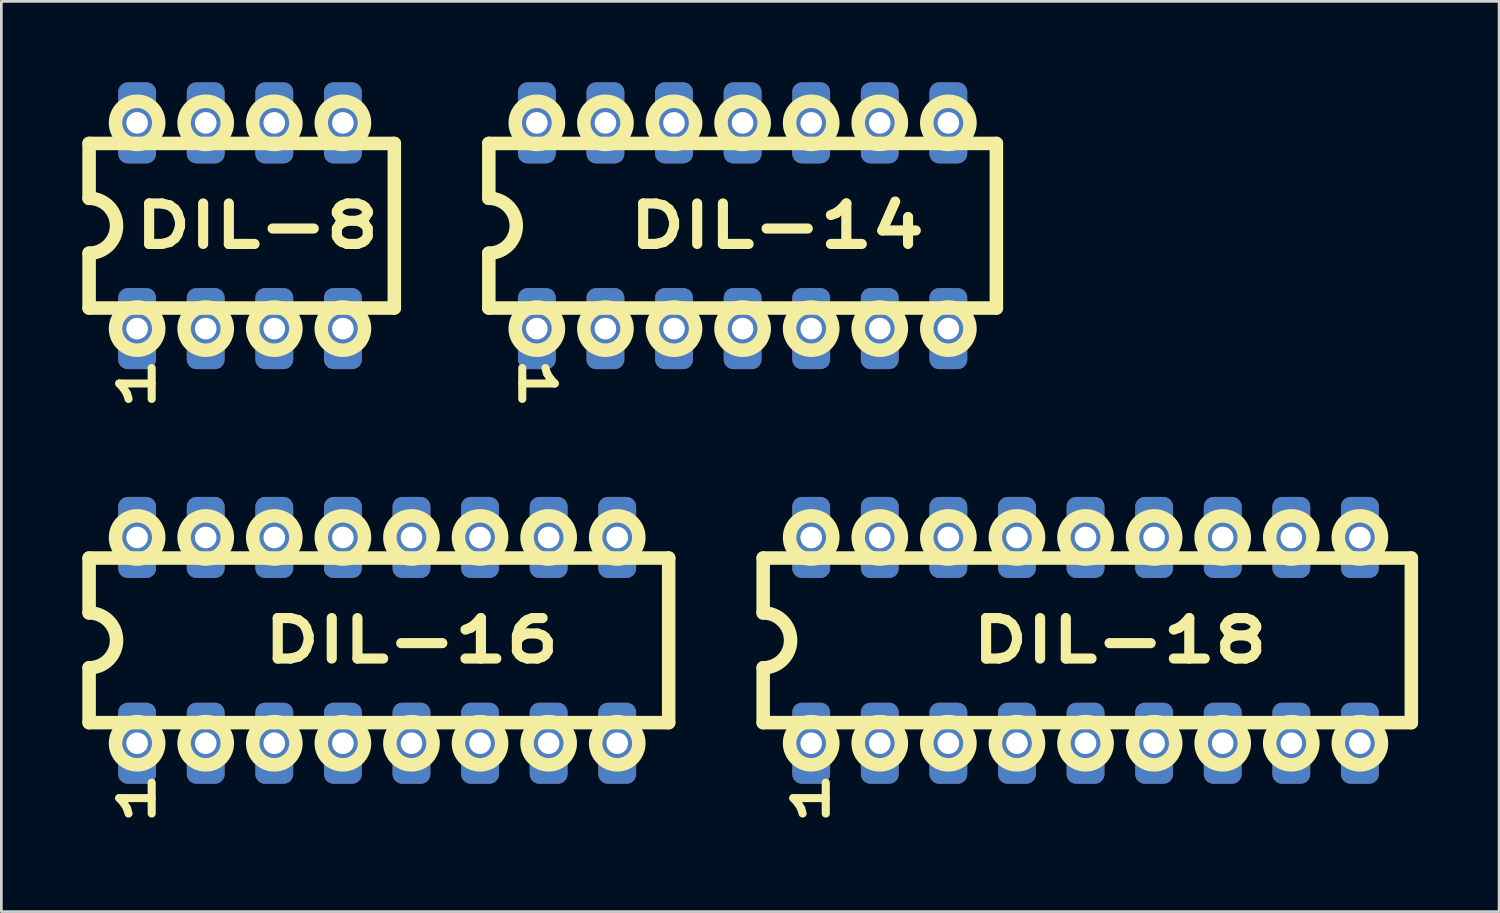
<source format=kicad_pcb>
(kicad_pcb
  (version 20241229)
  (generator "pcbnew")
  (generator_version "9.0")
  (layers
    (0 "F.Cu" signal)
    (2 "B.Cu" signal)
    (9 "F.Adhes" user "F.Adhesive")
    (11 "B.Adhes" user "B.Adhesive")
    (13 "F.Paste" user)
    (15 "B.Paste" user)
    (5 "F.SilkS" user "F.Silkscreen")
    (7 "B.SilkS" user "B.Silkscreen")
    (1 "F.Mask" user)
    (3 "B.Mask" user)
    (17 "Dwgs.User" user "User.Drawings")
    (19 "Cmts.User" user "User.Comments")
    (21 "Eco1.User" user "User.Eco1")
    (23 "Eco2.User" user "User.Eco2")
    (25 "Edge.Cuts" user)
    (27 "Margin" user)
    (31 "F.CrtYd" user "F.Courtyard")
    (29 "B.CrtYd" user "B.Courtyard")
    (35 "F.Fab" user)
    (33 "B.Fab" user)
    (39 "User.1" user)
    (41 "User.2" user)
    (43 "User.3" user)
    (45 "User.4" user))
  (footprint "DIL-8"
    (layer "F.Cu")
    (at 9.648 5.31)
    (property "Reference" "DIL-8" (at -3.175 0 0) (layer "F.SilkS") (effects (font (size 1.5 2) (thickness 0.375))))
    (attr through_hole)
    (fp_line (start -9.398 -3.048) (end 1.905 -3.048) (stroke (width 0.5) (type solid)) (layer "F.SilkS"))
    (fp_line (start -9.398 -1.016) (end -9.398 -3.048) (stroke (width 0.5) (type solid)) (layer "F.SilkS"))
    (fp_line (start -9.398 1.016) (end -9.398 3.048) (stroke (width 0.5) (type solid)) (layer "F.SilkS"))
    (fp_line (start 1.905 -3.048) (end 1.905 3.048) (stroke (width 0.5) (type solid)) (layer "F.SilkS"))
    (fp_line (start 1.905 3.048) (end -9.398 3.048) (stroke (width 0.5) (type solid)) (layer "F.SilkS"))
    (fp_arc (start -9.398 -1.016) (mid -8.382 0) (end -9.398 1.016) (stroke (width 0.5) (type solid)) (layer "F.SilkS"))
    (fp_circle (center -7.62 -3.81) (end -6.82 -3.81) (stroke (width 0.5) (type solid)) (fill no) (layer "F.SilkS"))
    (fp_circle (center -7.62 3.81) (end -6.82 3.81) (stroke (width 0.5) (type solid)) (fill no) (layer "F.SilkS"))
    (fp_circle (center -5.08 -3.81) (end -4.28 -3.81) (stroke (width 0.5) (type solid)) (fill no) (layer "F.SilkS"))
    (fp_circle (center -5.08 3.81) (end -4.28 3.81) (stroke (width 0.5) (type solid)) (fill no) (layer "F.SilkS"))
    (fp_circle (center -2.54 -3.81) (end -1.74 -3.81) (stroke (width 0.5) (type solid)) (fill no) (layer "F.SilkS"))
    (fp_circle (center -2.54 3.81) (end -1.74 3.81) (stroke (width 0.5) (type solid)) (fill no) (layer "F.SilkS"))
    (fp_circle (center 0 -3.81) (end 0.8 -3.81) (stroke (width 0.5) (type solid)) (fill no) (layer "F.SilkS"))
    (fp_circle (center 0 3.81) (end 0.8 3.81) (stroke (width 0.5) (type solid)) (fill no) (layer "F.SilkS"))
    (fp_text user "1" (at -7.62 5.842 90) (unlocked yes) (layer "F.SilkS") (effects (font (size 1.2 2) (thickness 0.3))))
    (pad "1" thru_hole roundrect (at -7.62 3.81) (size 1.4 3) (drill 0.8) (layers "*.Cu" "*.Mask") (roundrect_rratio 0.25))
    (pad "2" thru_hole roundrect (at -5.08 3.81) (size 1.4 3) (drill 0.8) (layers "*.Cu" "*.Mask") (roundrect_rratio 0.25))
    (pad "3" thru_hole roundrect (at -2.54 3.81) (size 1.4 3) (drill 0.8) (layers "*.Cu" "*.Mask") (roundrect_rratio 0.25))
    (pad "4" thru_hole roundrect (at 0 3.81) (size 1.4 3) (drill 0.8) (layers "*.Cu" "*.Mask") (roundrect_rratio 0.25))
    (pad "5" thru_hole roundrect (at 0 -3.81) (size 1.4 3) (drill 0.8) (layers "*.Cu" "*.Mask") (roundrect_rratio 0.25))
    (pad "6" thru_hole roundrect (at -2.54 -3.81) (size 1.4 3) (drill 0.8) (layers "*.Cu" "*.Mask") (roundrect_rratio 0.25))
    (pad "7" thru_hole roundrect (at -5.08 -3.81) (size 1.4 3) (drill 0.8) (layers "*.Cu" "*.Mask") (roundrect_rratio 0.25))
    (pad "8" thru_hole roundrect (at -7.62 -3.81) (size 1.4 3) (drill 0.8) (layers "*.Cu" "*.Mask") (roundrect_rratio 0.25)))
  (footprint "DIL-14"
    (layer "F.Cu")
    (at 24.451 5.31)
    (property "Reference" "DIL-14" (at 1.27 0 0) (layer "F.SilkS") (effects (font (size 1.5 2) (thickness 0.375))))
    (attr through_hole)
    (fp_line (start -9.398 -3.048) (end 9.398 -3.048) (stroke (width 0.5) (type solid)) (layer "F.SilkS"))
    (fp_line (start -9.398 -1.016) (end -9.398 -3.048) (stroke (width 0.5) (type solid)) (layer "F.SilkS"))
    (fp_line (start -9.398 1.016) (end -9.398 3.048) (stroke (width 0.5) (type solid)) (layer "F.SilkS"))
    (fp_line (start 9.398 -3.048) (end 9.398 3.048) (stroke (width 0.5) (type solid)) (layer "F.SilkS"))
    (fp_line (start 9.398 3.048) (end -9.398 3.048) (stroke (width 0.5) (type solid)) (layer "F.SilkS"))
    (fp_arc (start -9.398 -1.016) (mid -8.382 0) (end -9.398 1.016) (stroke (width 0.5) (type solid)) (layer "F.SilkS"))
    (fp_circle (center -7.62 -3.81) (end -6.82 -3.81) (stroke (width 0.5) (type solid)) (fill no) (layer "F.SilkS"))
    (fp_circle (center -7.62 3.81) (end -6.82 3.81) (stroke (width 0.5) (type solid)) (fill no) (layer "F.SilkS"))
    (fp_circle (center -5.08 -3.81) (end -4.28 -3.81) (stroke (width 0.5) (type solid)) (fill no) (layer "F.SilkS"))
    (fp_circle (center -5.08 3.81) (end -4.28 3.81) (stroke (width 0.5) (type solid)) (fill no) (layer "F.SilkS"))
    (fp_circle (center -2.54 -3.81) (end -1.74 -3.81) (stroke (width 0.5) (type solid)) (fill no) (layer "F.SilkS"))
    (fp_circle (center -2.54 3.81) (end -1.74 3.81) (stroke (width 0.5) (type solid)) (fill no) (layer "F.SilkS"))
    (fp_circle (center 0 -3.81) (end 0.8 -3.81) (stroke (width 0.5) (type solid)) (fill no) (layer "F.SilkS"))
    (fp_circle (center 0 3.81) (end 0.8 3.81) (stroke (width 0.5) (type solid)) (fill no) (layer "F.SilkS"))
    (fp_circle (center 2.54 -3.81) (end 3.34 -3.81) (stroke (width 0.5) (type solid)) (fill no) (layer "F.SilkS"))
    (fp_circle (center 2.54 3.81) (end 3.34 3.81) (stroke (width 0.5) (type solid)) (fill no) (layer "F.SilkS"))
    (fp_circle (center 5.08 -3.81) (end 5.88 -3.81) (stroke (width 0.5) (type solid)) (fill no) (layer "F.SilkS"))
    (fp_circle (center 5.08 3.81) (end 5.88 3.81) (stroke (width 0.5) (type solid)) (fill no) (layer "F.SilkS"))
    (fp_circle (center 7.62 -3.81) (end 8.42 -3.81) (stroke (width 0.5) (type solid)) (fill no) (layer "F.SilkS"))
    (fp_circle (center 7.62 3.81) (end 8.42 3.81) (stroke (width 0.5) (type solid)) (fill no) (layer "F.SilkS"))
    (fp_text user "1" (at -7.62 5.842 270) (unlocked yes) (layer "F.SilkS") (effects (font (size 1.2 2) (thickness 0.3))))
    (pad "1" thru_hole roundrect (at -7.62 3.81) (size 1.4 3) (drill 0.8) (layers "*.Cu" "*.Mask") (roundrect_rratio 0.25))
    (pad "2" thru_hole roundrect (at -5.08 3.81) (size 1.4 3) (drill 0.8) (layers "*.Cu" "*.Mask") (roundrect_rratio 0.25))
    (pad "3" thru_hole roundrect (at -2.54 3.81) (size 1.4 3) (drill 0.8) (layers "*.Cu" "*.Mask") (roundrect_rratio 0.25))
    (pad "4" thru_hole roundrect (at 0 3.81) (size 1.4 3) (drill 0.8) (layers "*.Cu" "*.Mask") (roundrect_rratio 0.25))
    (pad "5" thru_hole roundrect (at 2.54 3.81) (size 1.4 3) (drill 0.8) (layers "*.Cu" "*.Mask") (roundrect_rratio 0.25))
    (pad "6" thru_hole roundrect (at 5.08 3.81) (size 1.4 3) (drill 0.8) (layers "*.Cu" "*.Mask") (roundrect_rratio 0.25))
    (pad "7" thru_hole roundrect (at 7.62 3.81) (size 1.4 3) (drill 0.8) (layers "*.Cu" "*.Mask") (roundrect_rratio 0.25))
    (pad "8" thru_hole roundrect (at 7.62 -3.81) (size 1.4 3) (drill 0.8) (layers "*.Cu" "*.Mask") (roundrect_rratio 0.25))
    (pad "9" thru_hole roundrect (at 5.08 -3.81) (size 1.4 3) (drill 0.8) (layers "*.Cu" "*.Mask") (roundrect_rratio 0.25))
    (pad "10" thru_hole roundrect (at 2.54 -3.81) (size 1.4 3) (drill 0.8) (layers "*.Cu" "*.Mask") (roundrect_rratio 0.25))
    (pad "11" thru_hole roundrect (at 0 -3.81) (size 1.4 3) (drill 0.8) (layers "*.Cu" "*.Mask") (roundrect_rratio 0.25))
    (pad "12" thru_hole roundrect (at -2.54 -3.81) (size 1.4 3) (drill 0.8) (layers "*.Cu" "*.Mask") (roundrect_rratio 0.25))
    (pad "13" thru_hole roundrect (at -5.08 -3.81) (size 1.4 3) (drill 0.8) (layers "*.Cu" "*.Mask") (roundrect_rratio 0.25))
    (pad "14" thru_hole roundrect (at -7.62 -3.81) (size 1.4 3) (drill 0.8) (layers "*.Cu" "*.Mask") (roundrect_rratio 0.25)))
  (footprint "DIL-18"
    (layer "F.Cu")
    (at 37.151 20.664)
    (property "Reference" "DIL-18" (at 1.27 0 0) (layer "F.SilkS") (effects (font (size 1.5 2) (thickness 0.375))))
    (attr through_hole)
    (fp_line (start -11.938 -3.048) (end 12.065 -3.048) (stroke (width 0.5) (type solid)) (layer "F.SilkS"))
    (fp_line (start -11.938 -1.016) (end -11.938 -3.048) (stroke (width 0.5) (type solid)) (layer "F.SilkS"))
    (fp_line (start -11.938 1.016) (end -11.938 3.048) (stroke (width 0.5) (type solid)) (layer "F.SilkS"))
    (fp_line (start 12.065 -3.048) (end 12.065 3.048) (stroke (width 0.5) (type solid)) (layer "F.SilkS"))
    (fp_line (start 12.065 3.048) (end -11.938 3.048) (stroke (width 0.5) (type solid)) (layer "F.SilkS"))
    (fp_arc (start -11.938 -1.016) (mid -10.922 0) (end -11.938 1.016) (stroke (width 0.5) (type solid)) (layer "F.SilkS"))
    (fp_circle (center -10.16 -3.81) (end -9.36 -3.81) (stroke (width 0.5) (type solid)) (fill no) (layer "F.SilkS"))
    (fp_circle (center -10.16 3.81) (end -9.36 3.81) (stroke (width 0.5) (type solid)) (fill no) (layer "F.SilkS"))
    (fp_circle (center -7.62 -3.81) (end -6.82 -3.81) (stroke (width 0.5) (type solid)) (fill no) (layer "F.SilkS"))
    (fp_circle (center -7.62 3.81) (end -6.82 3.81) (stroke (width 0.5) (type solid)) (fill no) (layer "F.SilkS"))
    (fp_circle (center -5.08 -3.81) (end -4.28 -3.81) (stroke (width 0.5) (type solid)) (fill no) (layer "F.SilkS"))
    (fp_circle (center -5.08 3.81) (end -4.28 3.81) (stroke (width 0.5) (type solid)) (fill no) (layer "F.SilkS"))
    (fp_circle (center -2.54 -3.81) (end -1.74 -3.81) (stroke (width 0.5) (type solid)) (fill no) (layer "F.SilkS"))
    (fp_circle (center -2.54 3.81) (end -1.74 3.81) (stroke (width 0.5) (type solid)) (fill no) (layer "F.SilkS"))
    (fp_circle (center 0 -3.81) (end 0.8 -3.81) (stroke (width 0.5) (type solid)) (fill no) (layer "F.SilkS"))
    (fp_circle (center 0 3.81) (end 0.8 3.81) (stroke (width 0.5) (type solid)) (fill no) (layer "F.SilkS"))
    (fp_circle (center 2.54 -3.81) (end 3.34 -3.81) (stroke (width 0.5) (type solid)) (fill no) (layer "F.SilkS"))
    (fp_circle (center 2.54 3.81) (end 3.34 3.81) (stroke (width 0.5) (type solid)) (fill no) (layer "F.SilkS"))
    (fp_circle (center 5.08 -3.81) (end 5.88 -3.81) (stroke (width 0.5) (type solid)) (fill no) (layer "F.SilkS"))
    (fp_circle (center 5.08 3.81) (end 5.88 3.81) (stroke (width 0.5) (type solid)) (fill no) (layer "F.SilkS"))
    (fp_circle (center 7.62 -3.81) (end 8.42 -3.81) (stroke (width 0.5) (type solid)) (fill no) (layer "F.SilkS"))
    (fp_circle (center 7.62 3.81) (end 8.42 3.81) (stroke (width 0.5) (type solid)) (fill no) (layer "F.SilkS"))
    (fp_circle (center 10.16 -3.81) (end 10.96 -3.81) (stroke (width 0.5) (type solid)) (fill no) (layer "F.SilkS"))
    (fp_circle (center 10.16 3.81) (end 10.96 3.81) (stroke (width 0.5) (type solid)) (fill no) (layer "F.SilkS"))
    (fp_text user "1" (at -10.16 5.842 90) (unlocked yes) (layer "F.SilkS") (effects (font (size 1.2 2) (thickness 0.3))))
    (pad "1" thru_hole roundrect (at -10.16 3.81) (size 1.4 3) (drill 0.8) (layers "*.Cu" "*.Mask") (roundrect_rratio 0.25))
    (pad "2" thru_hole roundrect (at -7.62 3.81) (size 1.4 3) (drill 0.8) (layers "*.Cu" "*.Mask") (roundrect_rratio 0.25))
    (pad "3" thru_hole roundrect (at -5.08 3.81) (size 1.4 3) (drill 0.8) (layers "*.Cu" "*.Mask") (roundrect_rratio 0.25))
    (pad "4" thru_hole roundrect (at -2.54 3.81) (size 1.4 3) (drill 0.8) (layers "*.Cu" "*.Mask") (roundrect_rratio 0.25))
    (pad "5" thru_hole roundrect (at 0 3.81) (size 1.4 3) (drill 0.8) (layers "*.Cu" "*.Mask") (roundrect_rratio 0.25))
    (pad "6" thru_hole roundrect (at 2.54 3.81) (size 1.4 3) (drill 0.8) (layers "*.Cu" "*.Mask") (roundrect_rratio 0.25))
    (pad "7" thru_hole roundrect (at 5.08 3.81) (size 1.4 3) (drill 0.8) (layers "*.Cu" "*.Mask") (roundrect_rratio 0.25))
    (pad "8" thru_hole roundrect (at 7.62 3.81) (size 1.4 3) (drill 0.8) (layers "*.Cu" "*.Mask") (roundrect_rratio 0.25))
    (pad "9" thru_hole roundrect (at 10.16 3.81) (size 1.4 3) (drill 0.8) (layers "*.Cu" "*.Mask") (roundrect_rratio 0.25))
    (pad "10" thru_hole roundrect (at 10.16 -3.81) (size 1.4 3) (drill 0.8) (layers "*.Cu" "*.Mask") (roundrect_rratio 0.25))
    (pad "11" thru_hole roundrect (at 7.62 -3.81) (size 1.4 3) (drill 0.8) (layers "*.Cu" "*.Mask") (roundrect_rratio 0.25))
    (pad "12" thru_hole roundrect (at 5.08 -3.81) (size 1.4 3) (drill 0.8) (layers "*.Cu" "*.Mask") (roundrect_rratio 0.25))
    (pad "13" thru_hole roundrect (at 2.54 -3.81) (size 1.4 3) (drill 0.8) (layers "*.Cu" "*.Mask") (roundrect_rratio 0.25))
    (pad "14" thru_hole roundrect (at 0 -3.81) (size 1.4 3) (drill 0.8) (layers "*.Cu" "*.Mask") (roundrect_rratio 0.25))
    (pad "15" thru_hole roundrect (at -2.54 -3.81) (size 1.4 3) (drill 0.8) (layers "*.Cu" "*.Mask") (roundrect_rratio 0.25))
    (pad "16" thru_hole roundrect (at -5.08 -3.81) (size 1.4 3) (drill 0.8) (layers "*.Cu" "*.Mask") (roundrect_rratio 0.25))
    (pad "17" thru_hole roundrect (at -7.62 -3.81) (size 1.4 3) (drill 0.8) (layers "*.Cu" "*.Mask") (roundrect_rratio 0.25))
    (pad "18" thru_hole roundrect (at -10.16 -3.81) (size 1.4 3) (drill 0.8) (layers "*.Cu" "*.Mask") (roundrect_rratio 0.25)))
  (footprint "DIL-16"
    (layer "F.Cu")
    (at 10.918 20.664)
    (property "Reference" "DIL-16" (at 1.27 0 0) (layer "F.SilkS") (effects (font (size 1.5 2) (thickness 0.375))))
    (attr through_hole)
    (fp_line (start -10.668 -3.048) (end 10.795 -3.048) (stroke (width 0.5) (type solid)) (layer "F.SilkS"))
    (fp_line (start -10.668 -1.016) (end -10.668 -3.048) (stroke (width 0.5) (type solid)) (layer "F.SilkS"))
    (fp_line (start -10.668 1.016) (end -10.668 3.048) (stroke (width 0.5) (type solid)) (layer "F.SilkS"))
    (fp_line (start 10.795 -3.048) (end 10.795 3.048) (stroke (width 0.5) (type solid)) (layer "F.SilkS"))
    (fp_line (start 10.795 3.048) (end -10.668 3.048) (stroke (width 0.5) (type solid)) (layer "F.SilkS"))
    (fp_arc (start -10.668 -1.016) (mid -9.652 0) (end -10.668 1.016) (stroke (width 0.5) (type solid)) (layer "F.SilkS"))
    (fp_circle (center -8.89 -3.81) (end -8.09 -3.81) (stroke (width 0.5) (type solid)) (fill no) (layer "F.SilkS"))
    (fp_circle (center -8.89 3.81) (end -8.09 3.81) (stroke (width 0.5) (type solid)) (fill no) (layer "F.SilkS"))
    (fp_circle (center -6.35 -3.81) (end -5.55 -3.81) (stroke (width 0.5) (type solid)) (fill no) (layer "F.SilkS"))
    (fp_circle (center -6.35 3.81) (end -5.55 3.81) (stroke (width 0.5) (type solid)) (fill no) (layer "F.SilkS"))
    (fp_circle (center -3.81 -3.81) (end -3.01 -3.81) (stroke (width 0.5) (type solid)) (fill no) (layer "F.SilkS"))
    (fp_circle (center -3.81 3.81) (end -3.01 3.81) (stroke (width 0.5) (type solid)) (fill no) (layer "F.SilkS"))
    (fp_circle (center -1.27 -3.81) (end -0.47 -3.81) (stroke (width 0.5) (type solid)) (fill no) (layer "F.SilkS"))
    (fp_circle (center -1.27 3.81) (end -0.47 3.81) (stroke (width 0.5) (type solid)) (fill no) (layer "F.SilkS"))
    (fp_circle (center 1.27 -3.81) (end 2.07 -3.81) (stroke (width 0.5) (type solid)) (fill no) (layer "F.SilkS"))
    (fp_circle (center 1.27 3.81) (end 2.07 3.81) (stroke (width 0.5) (type solid)) (fill no) (layer "F.SilkS"))
    (fp_circle (center 3.81 -3.81) (end 4.61 -3.81) (stroke (width 0.5) (type solid)) (fill no) (layer "F.SilkS"))
    (fp_circle (center 3.81 3.81) (end 4.61 3.81) (stroke (width 0.5) (type solid)) (fill no) (layer "F.SilkS"))
    (fp_circle (center 6.35 -3.81) (end 7.15 -3.81) (stroke (width 0.5) (type solid)) (fill no) (layer "F.SilkS"))
    (fp_circle (center 6.35 3.81) (end 7.15 3.81) (stroke (width 0.5) (type solid)) (fill no) (layer "F.SilkS"))
    (fp_circle (center 8.89 -3.81) (end 9.69 -3.81) (stroke (width 0.5) (type solid)) (fill no) (layer "F.SilkS"))
    (fp_circle (center 8.89 3.81) (end 9.69 3.81) (stroke (width 0.5) (type solid)) (fill no) (layer "F.SilkS"))
    (fp_text user "1" (at -8.89 5.842 90) (unlocked yes) (layer "F.SilkS") (effects (font (size 1.2 2) (thickness 0.3))))
    (pad "1" thru_hole roundrect (at -8.89 3.81) (size 1.4 3) (drill 0.8) (layers "*.Cu" "*.Mask") (roundrect_rratio 0.25))
    (pad "2" thru_hole roundrect (at -6.35 3.81) (size 1.4 3) (drill 0.8) (layers "*.Cu" "*.Mask") (roundrect_rratio 0.25))
    (pad "3" thru_hole roundrect (at -3.81 3.81) (size 1.4 3) (drill 0.8) (layers "*.Cu" "*.Mask") (roundrect_rratio 0.25))
    (pad "4" thru_hole roundrect (at -1.27 3.81) (size 1.4 3) (drill 0.8) (layers "*.Cu" "*.Mask") (roundrect_rratio 0.25))
    (pad "5" thru_hole roundrect (at 1.27 3.81) (size 1.4 3) (drill 0.8) (layers "*.Cu" "*.Mask") (roundrect_rratio 0.25))
    (pad "6" thru_hole roundrect (at 3.81 3.81) (size 1.4 3) (drill 0.8) (layers "*.Cu" "*.Mask") (roundrect_rratio 0.25))
    (pad "7" thru_hole roundrect (at 6.35 3.81) (size 1.4 3) (drill 0.8) (layers "*.Cu" "*.Mask") (roundrect_rratio 0.25))
    (pad "8" thru_hole roundrect (at 8.89 3.81) (size 1.4 3) (drill 0.8) (layers "*.Cu" "*.Mask") (roundrect_rratio 0.25))
    (pad "9" thru_hole roundrect (at 8.89 -3.81) (size 1.4 3) (drill 0.8) (layers "*.Cu" "*.Mask") (roundrect_rratio 0.25))
    (pad "10" thru_hole roundrect (at 6.35 -3.81) (size 1.4 3) (drill 0.8) (layers "*.Cu" "*.Mask") (roundrect_rratio 0.25))
    (pad "11" thru_hole roundrect (at 3.81 -3.81) (size 1.4 3) (drill 0.8) (layers "*.Cu" "*.Mask") (roundrect_rratio 0.25))
    (pad "12" thru_hole roundrect (at 1.27 -3.81) (size 1.4 3) (drill 0.8) (layers "*.Cu" "*.Mask") (roundrect_rratio 0.25))
    (pad "13" thru_hole roundrect (at -1.27 -3.81) (size 1.4 3) (drill 0.8) (layers "*.Cu" "*.Mask") (roundrect_rratio 0.25))
    (pad "14" thru_hole roundrect (at -3.81 -3.81) (size 1.4 3) (drill 0.8) (layers "*.Cu" "*.Mask") (roundrect_rratio 0.25))
    (pad "15" thru_hole roundrect (at -6.35 -3.81) (size 1.4 3) (drill 0.8) (layers "*.Cu" "*.Mask") (roundrect_rratio 0.25))
    (pad "16" thru_hole roundrect (at -8.89 -3.81) (size 1.4 3) (drill 0.8) (layers "*.Cu" "*.Mask") (roundrect_rratio 0.25)))
  (gr_rect
    (start -3 -3)
    (end 52.466 30.709)
    (stroke (width 0.1) (type default))
    (fill no)
    (layer "Edge.Cuts")))
</source>
